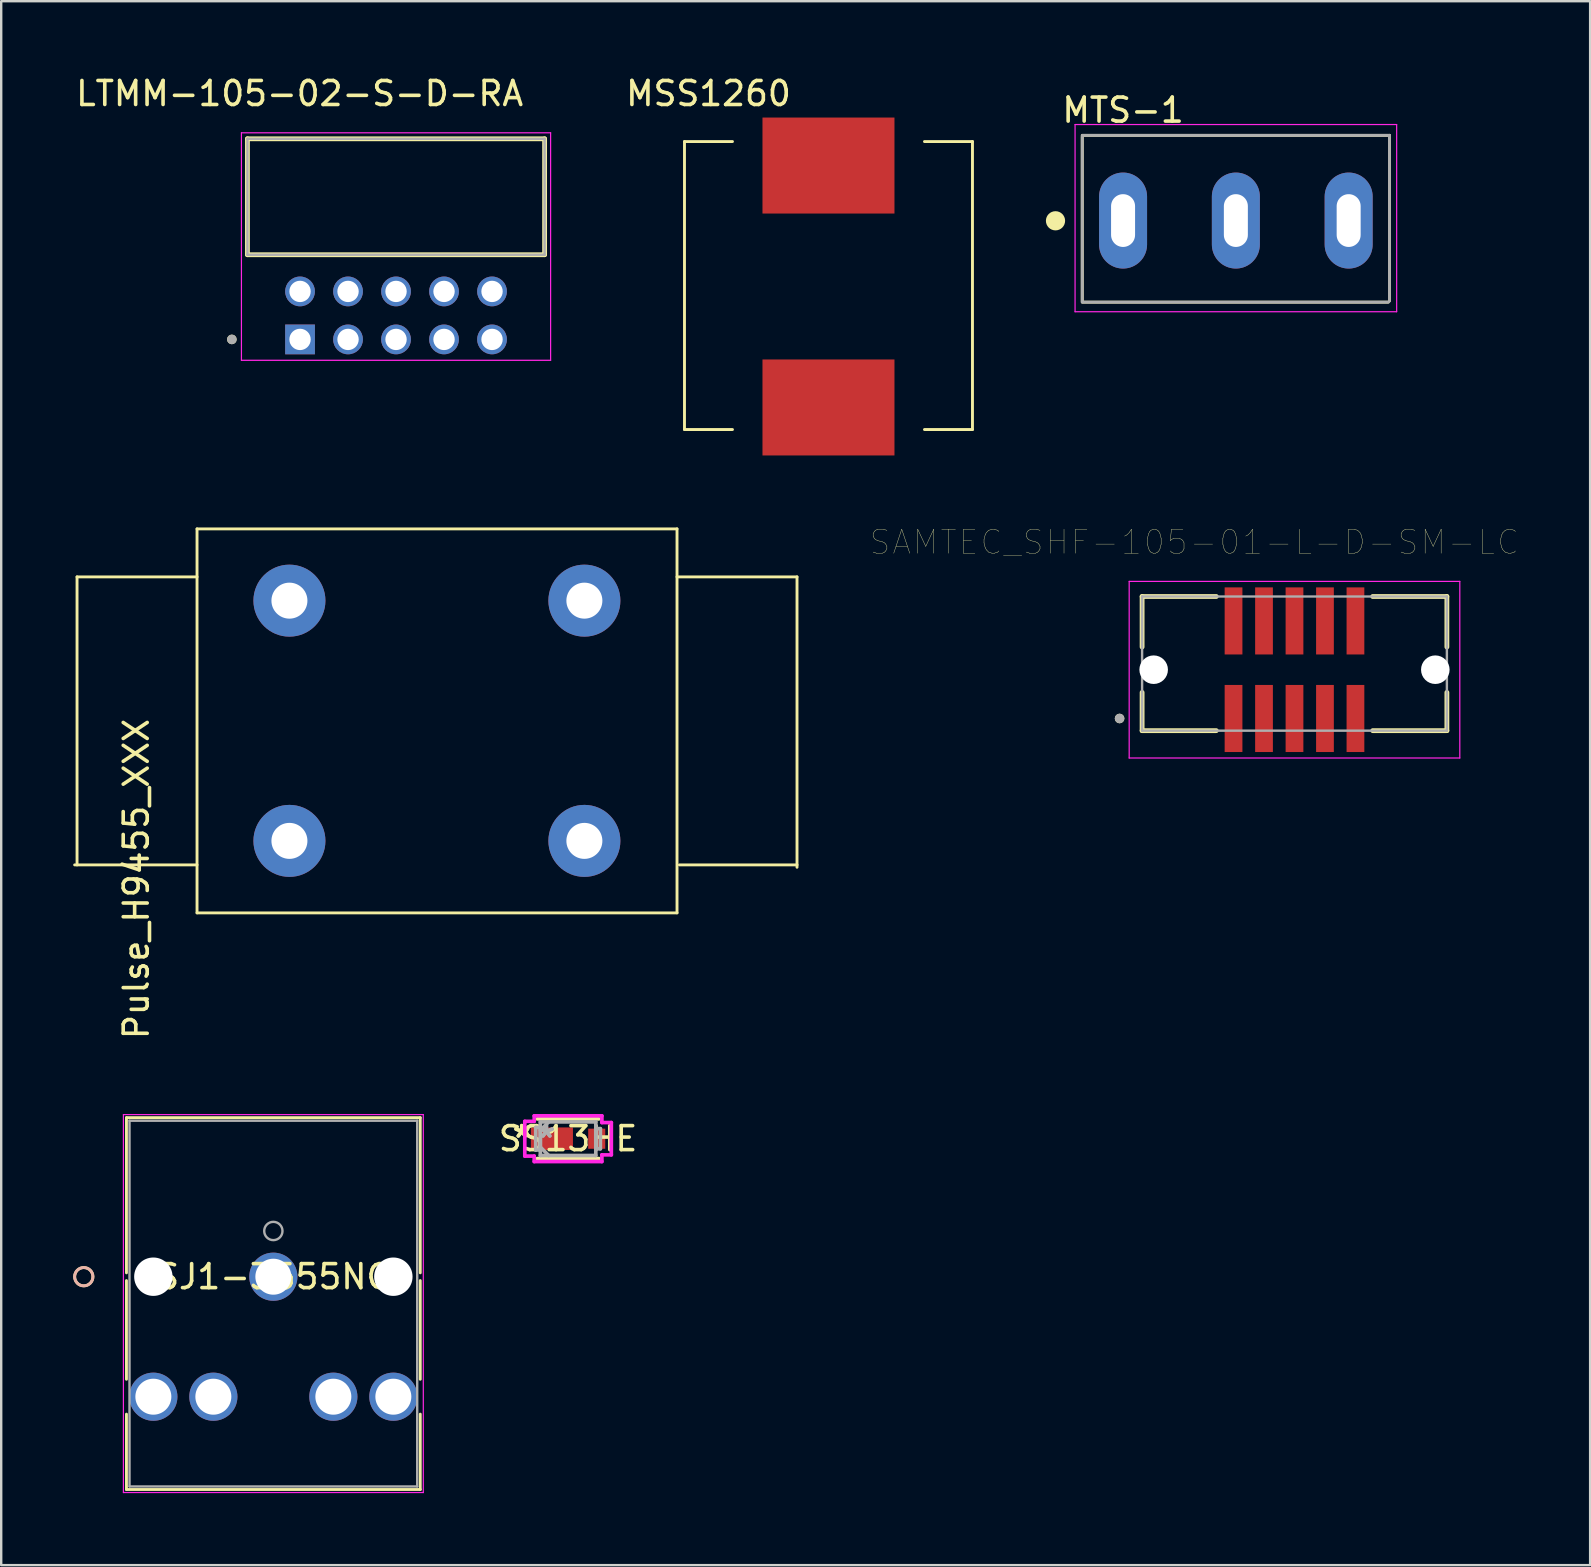
<source format=kicad_pcb>
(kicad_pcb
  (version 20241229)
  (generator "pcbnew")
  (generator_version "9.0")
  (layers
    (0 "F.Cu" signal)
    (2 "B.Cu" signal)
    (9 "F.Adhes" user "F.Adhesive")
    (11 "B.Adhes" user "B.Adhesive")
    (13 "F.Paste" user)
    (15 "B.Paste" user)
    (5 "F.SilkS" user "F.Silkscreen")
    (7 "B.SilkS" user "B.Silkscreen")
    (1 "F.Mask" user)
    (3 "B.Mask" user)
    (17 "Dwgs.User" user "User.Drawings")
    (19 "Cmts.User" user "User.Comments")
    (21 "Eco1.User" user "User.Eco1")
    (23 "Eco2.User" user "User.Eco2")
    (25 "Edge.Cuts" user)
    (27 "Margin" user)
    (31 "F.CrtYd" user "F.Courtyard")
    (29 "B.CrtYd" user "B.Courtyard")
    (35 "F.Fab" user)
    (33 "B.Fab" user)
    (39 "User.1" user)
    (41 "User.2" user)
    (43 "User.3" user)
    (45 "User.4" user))
  (footprint "SS13HE"
    (layer "F.Cu")
    (at 20.62 44.398)
    (property "Reference" "SS13HE" (at 0 0 0) (layer "F.SilkS") (effects (font (size 1 1) (thickness 0.15))))
    (attr through_hole)
    (fp_line (start -1.283 0.826) (end 1.283 0.826) (stroke (width 0.152) (type solid)) (layer "F.SilkS"))
    (fp_line (start 1.283 -0.826) (end -1.283 -0.826) (stroke (width 0.152) (type solid)) (layer "F.SilkS"))
    (fp_line (start -1.803 -0.724) (end -1.41 -0.724) (stroke (width 0.152) (type solid)) (layer "F.CrtYd"))
    (fp_line (start -1.803 0.724) (end -1.803 -0.724) (stroke (width 0.152) (type solid)) (layer "F.CrtYd"))
    (fp_line (start -1.41 -0.953) (end 1.41 -0.953) (stroke (width 0.152) (type solid)) (layer "F.CrtYd"))
    (fp_line (start -1.41 -0.724) (end -1.41 -0.953) (stroke (width 0.152) (type solid)) (layer "F.CrtYd"))
    (fp_line (start -1.41 0.724) (end -1.803 0.724) (stroke (width 0.152) (type solid)) (layer "F.CrtYd"))
    (fp_line (start -1.41 0.953) (end -1.41 0.724) (stroke (width 0.152) (type solid)) (layer "F.CrtYd"))
    (fp_line (start 1.41 -0.953) (end 1.41 -0.673) (stroke (width 0.152) (type solid)) (layer "F.CrtYd"))
    (fp_line (start 1.41 -0.673) (end 1.803 -0.673) (stroke (width 0.152) (type solid)) (layer "F.CrtYd"))
    (fp_line (start 1.41 0.673) (end 1.41 0.953) (stroke (width 0.152) (type solid)) (layer "F.CrtYd"))
    (fp_line (start 1.41 0.953) (end -1.41 0.953) (stroke (width 0.152) (type solid)) (layer "F.CrtYd"))
    (fp_line (start 1.803 -0.673) (end 1.803 0.673) (stroke (width 0.152) (type solid)) (layer "F.CrtYd"))
    (fp_line (start 1.803 0.673) (end 1.41 0.673) (stroke (width 0.152) (type solid)) (layer "F.CrtYd"))
    (fp_line (start -1.346 -0.47) (end -1.346 0.47) (stroke (width 0.152) (type solid)) (layer "F.Fab"))
    (fp_line (start -1.346 0.47) (end -1.156 0.47) (stroke (width 0.152) (type solid)) (layer "F.Fab"))
    (fp_line (start -1.156 -0.699) (end -1.156 0.699) (stroke (width 0.152) (type solid)) (layer "F.Fab"))
    (fp_line (start -1.156 -0.47) (end -1.346 -0.47) (stroke (width 0.152) (type solid)) (layer "F.Fab"))
    (fp_line (start -1.156 -0.349) (end -0.806 -0.699) (stroke (width 0.152) (type solid)) (layer "F.Fab"))
    (fp_line (start -1.156 0.349) (end -0.806 0.699) (stroke (width 0.152) (type solid)) (layer "F.Fab"))
    (fp_line (start -1.156 0.47) (end -1.156 -0.47) (stroke (width 0.152) (type solid)) (layer "F.Fab"))
    (fp_line (start -1.156 0.699) (end 1.156 0.699) (stroke (width 0.152) (type solid)) (layer "F.Fab"))
    (fp_line (start 1.156 -0.699) (end -1.156 -0.699) (stroke (width 0.152) (type solid)) (layer "F.Fab"))
    (fp_line (start 1.156 -0.419) (end 1.156 0.419) (stroke (width 0.152) (type solid)) (layer "F.Fab"))
    (fp_line (start 1.156 0.419) (end 1.346 0.419) (stroke (width 0.152) (type solid)) (layer "F.Fab"))
    (fp_line (start 1.156 0.699) (end 1.156 -0.699) (stroke (width 0.152) (type solid)) (layer "F.Fab"))
    (fp_line (start 1.346 -0.419) (end 1.156 -0.419) (stroke (width 0.152) (type solid)) (layer "F.Fab"))
    (fp_line (start 1.346 0.419) (end 1.346 -0.419) (stroke (width 0.152) (type solid)) (layer "F.Fab"))
    (fp_text user "*" (at -1.93 0 0) (layer "F.SilkS") (effects (font (size 1 1) (thickness 0.15))))
    (fp_text user "*" (at -1.93 0 0) (layer "F.SilkS") (effects (font (size 1 1) (thickness 0.15))))
    (fp_text user "Copyright 2016 Accelerated Designs. All rights reserved." (at 0 0 0) (layer "Cmts.User") (effects (font (size 0.127 0.127) (thickness 0.002))))
    (fp_text user "*" (at -0.902 0 0) (layer "F.Fab") (effects (font (size 1 1) (thickness 0.15))))
    (fp_text user "*" (at -0.902 0 0) (layer "F.Fab") (effects (font (size 1 1) (thickness 0.15))))
    (pad "1" smd rect (at -0.673 0) (size 1.753 0.94) (layers "F.Cu" "F.Mask" "F.Paste"))
    (pad "2" smd rect (at 1.194 0) (size 0.711 0.838) (layers "F.Cu" "F.Mask" "F.Paste")))
  (footprint "LTMM-105-02-S-D-RA"
    (layer "F.Cu")
    (at 9.452 11.093)
    (property "Reference" "LTMM-105-02-S-D-RA" (at -0.017 -10.245 0) (layer "F.SilkS") (effects (font (size 1 1) (thickness 0.15))))
    (attr through_hole)
    (fp_line (start -2.192 -3.53) (end -2.192 -8.36) (stroke (width 0.2) (type solid)) (layer "F.SilkS"))
    (fp_line (start 10.191 -8.36) (end -2.192 -8.36) (stroke (width 0.2) (type solid)) (layer "F.SilkS"))
    (fp_line (start 10.191 -8.36) (end 10.191 -3.53) (stroke (width 0.2) (type solid)) (layer "F.SilkS"))
    (fp_line (start 10.191 -3.53) (end -2.192 -3.53) (stroke (width 0.2) (type solid)) (layer "F.SilkS"))
    (fp_circle (center -2.841 0) (end -2.741 0) (stroke (width 0.2) (type solid)) (fill no) (layer "F.SilkS"))
    (fp_line (start -2.442 -8.61) (end 10.441 -8.61) (stroke (width 0.05) (type solid)) (layer "F.CrtYd"))
    (fp_line (start -2.442 0.87) (end -2.442 -8.61) (stroke (width 0.05) (type solid)) (layer "F.CrtYd"))
    (fp_line (start 10.441 -8.61) (end 10.441 0.87) (stroke (width 0.05) (type solid)) (layer "F.CrtYd"))
    (fp_line (start 10.441 0.87) (end -2.442 0.87) (stroke (width 0.05) (type solid)) (layer "F.CrtYd"))
    (fp_line (start -2.192 -8.36) (end 10.191 -8.36) (stroke (width 0.1) (type solid)) (layer "F.Fab"))
    (fp_line (start -2.192 -3.53) (end -2.192 -8.36) (stroke (width 0.1) (type solid)) (layer "F.Fab"))
    (fp_line (start 10.191 -8.36) (end 10.191 -3.53) (stroke (width 0.1) (type solid)) (layer "F.Fab"))
    (fp_line (start 10.191 -3.53) (end -2.192 -3.53) (stroke (width 0.1) (type solid)) (layer "F.Fab"))
    (fp_circle (center -2.841 0) (end -2.741 0) (stroke (width 0.2) (type solid)) (fill no) (layer "F.Fab"))
    (pad "01" thru_hole rect (at 0 0) (size 1.24 1.24) (drill 0.89) (layers "*.Cu" "*.Mask"))
    (pad "02" thru_hole circle (at 0 -2) (size 1.24 1.24) (drill 0.89) (layers "*.Cu" "*.Mask"))
    (pad "03" thru_hole circle (at 2 0) (size 1.24 1.24) (drill 0.89) (layers "*.Cu" "*.Mask"))
    (pad "04" thru_hole circle (at 2 -2) (size 1.24 1.24) (drill 0.89) (layers "*.Cu" "*.Mask"))
    (pad "05" thru_hole circle (at 4 0) (size 1.24 1.24) (drill 0.89) (layers "*.Cu" "*.Mask"))
    (pad "06" thru_hole circle (at 4 -2) (size 1.24 1.24) (drill 0.89) (layers "*.Cu" "*.Mask"))
    (pad "07" thru_hole circle (at 6 0) (size 1.24 1.24) (drill 0.89) (layers "*.Cu" "*.Mask"))
    (pad "08" thru_hole circle (at 6 -2) (size 1.24 1.24) (drill 0.89) (layers "*.Cu" "*.Mask"))
    (pad "09" thru_hole circle (at 8 0) (size 1.24 1.24) (drill 0.89) (layers "*.Cu" "*.Mask"))
    (pad "10" thru_hole circle (at 8 -2) (size 1.24 1.24) (drill 0.89) (layers "*.Cu" "*.Mask")))
  (footprint "MSS1260"
    (layer "F.Cu")
    (at 31.471 8.848)
    (property "Reference" "MSS1260" (at -5 -8 0) (layer "F.SilkS") (effects (font (size 1 1) (thickness 0.15))))
    (attr smd)
    (fp_line (start -6 -6) (end -6 6) (stroke (width 0.12) (type solid)) (layer "F.SilkS"))
    (fp_line (start -6 6) (end -4 6) (stroke (width 0.12) (type solid)) (layer "F.SilkS"))
    (fp_line (start -4 -6) (end -6 -6) (stroke (width 0.12) (type solid)) (layer "F.SilkS"))
    (fp_line (start 4 -6) (end 6 -6) (stroke (width 0.12) (type solid)) (layer "F.SilkS"))
    (fp_line (start 6 -6) (end 6 6) (stroke (width 0.12) (type solid)) (layer "F.SilkS"))
    (fp_line (start 6 6) (end 4 6) (stroke (width 0.12) (type solid)) (layer "F.SilkS"))
    (pad "1" smd rect (at 0 -5) (size 5.5 4) (layers "F.Cu" "F.Mask" "F.Paste"))
    (pad "2" smd rect (at 0 5.08) (size 5.5 4) (layers "F.Cu" "F.Mask" "F.Paste")))
  (footprint "SJ1-3555NG"
    (layer "F.Cu")
    (at 8.34 50.148)
    (property "Reference" "SJ1-3555NG" (at 0 0 0) (layer "F.SilkS") (effects (font (size 1 1) (thickness 0.15))))
    (attr through_hole)
    (fp_line (start -6.121 -6.627) (end -6.121 -0.161) (stroke (width 0.12) (type solid)) (layer "F.SilkS"))
    (fp_line (start -6.121 0.161) (end -6.121 4.274) (stroke (width 0.12) (type solid)) (layer "F.SilkS"))
    (fp_line (start -6.121 5.726) (end -6.121 8.867) (stroke (width 0.12) (type solid)) (layer "F.SilkS"))
    (fp_line (start -6.121 8.867) (end 6.121 8.867) (stroke (width 0.12) (type solid)) (layer "F.SilkS"))
    (fp_line (start 6.121 -6.627) (end -6.121 -6.627) (stroke (width 0.12) (type solid)) (layer "F.SilkS"))
    (fp_line (start 6.121 -0.161) (end 6.121 -6.627) (stroke (width 0.12) (type solid)) (layer "F.SilkS"))
    (fp_line (start 6.121 4.274) (end 6.121 0.161) (stroke (width 0.12) (type solid)) (layer "F.SilkS"))
    (fp_line (start 6.121 8.867) (end 6.121 5.726) (stroke (width 0.12) (type solid)) (layer "F.SilkS"))
    (fp_circle (center -7.899 0) (end -7.518 0) (stroke (width 0.12) (type solid)) (fill no) (layer "F.SilkS"))
    (fp_circle (center -7.899 0) (end -7.518 0) (stroke (width 0.12) (type solid)) (fill no) (layer "B.SilkS"))
    (fp_line (start -6.248 -6.754) (end -6.248 8.994) (stroke (width 0.05) (type solid)) (layer "F.CrtYd"))
    (fp_line (start -6.248 8.994) (end 6.248 8.994) (stroke (width 0.05) (type solid)) (layer "F.CrtYd"))
    (fp_line (start 6.248 -6.754) (end -6.248 -6.754) (stroke (width 0.05) (type solid)) (layer "F.CrtYd"))
    (fp_line (start 6.248 8.994) (end 6.248 -6.754) (stroke (width 0.05) (type solid)) (layer "F.CrtYd"))
    (fp_line (start -5.994 -6.5) (end -5.994 8.74) (stroke (width 0.1) (type solid)) (layer "F.Fab"))
    (fp_line (start -5.994 8.74) (end 5.994 8.74) (stroke (width 0.1) (type solid)) (layer "F.Fab"))
    (fp_line (start 5.994 -6.5) (end -5.994 -6.5) (stroke (width 0.1) (type solid)) (layer "F.Fab"))
    (fp_line (start 5.994 8.74) (end 5.994 -6.5) (stroke (width 0.1) (type solid)) (layer "F.Fab"))
    (fp_circle (center 0 -1.905) (end 0.381 -1.905) (stroke (width 0.1) (type solid)) (fill no) (layer "F.Fab"))
    (fp_text user "*" (at 0 0 0) (layer "F.SilkS") (effects (font (size 1 1) (thickness 0.15))))
    (fp_text user "Copyright 2021 Accelerated Designs. All rights reserved." (at 0 0 0) (layer "Cmts.User") (effects (font (size 0.127 0.127) (thickness 0.002))))
    (fp_text user "*" (at 0 0 0) (layer "F.Fab") (effects (font (size 1 1) (thickness 0.15))))
    (pad "" np_thru_hole circle (at -5 0) (size 1.6 1.6) (drill 1.6) (layers "*.Cu" "*.Mask"))
    (pad "" np_thru_hole circle (at 5 0) (size 1.6 1.6) (drill 1.6) (layers "*.Cu" "*.Mask"))
    (pad "1" thru_hole circle (at 0 0) (size 2.007 2.007) (drill 1.499) (layers "*.Cu" "*.Mask"))
    (pad "2" thru_hole circle (at -5 5) (size 2.007 2.007) (drill 1.499) (layers "*.Cu" "*.Mask"))
    (pad "3" thru_hole circle (at 5 5) (size 2.007 2.007) (drill 1.499) (layers "*.Cu" "*.Mask"))
    (pad "4" thru_hole circle (at -2.5 5) (size 2.007 2.007) (drill 1.499) (layers "*.Cu" "*.Mask"))
    (pad "5" thru_hole circle (at 2.5 5) (size 2.007 2.007) (drill 1.499) (layers "*.Cu" "*.Mask")))
  (footprint "Pulse_H9455_XXX"
    (layer "F.Cu")
    (at 15.16 26.988)
    (property "Reference" "Pulse_H9455_XXX" (at -12.531 6.589 90) (layer "F.SilkS") (effects (font (size 1 1) (thickness 0.15))))
    (attr through_hole)
    (fp_line (start -15.1 6) (end -10 6) (stroke (width 0.12) (type solid)) (layer "F.SilkS"))
    (fp_line (start -15 -6) (end -15 6) (stroke (width 0.12) (type solid)) (layer "F.SilkS"))
    (fp_line (start -10 -8) (end -10 8) (stroke (width 0.12) (type solid)) (layer "F.SilkS"))
    (fp_line (start -10 -6) (end -15 -6) (stroke (width 0.12) (type solid)) (layer "F.SilkS"))
    (fp_line (start -10 8) (end 10 8) (stroke (width 0.12) (type solid)) (layer "F.SilkS"))
    (fp_line (start 10 -8) (end -10 -8) (stroke (width 0.12) (type solid)) (layer "F.SilkS"))
    (fp_line (start 10 -6) (end 15 -6) (stroke (width 0.12) (type solid)) (layer "F.SilkS"))
    (fp_line (start 10 8) (end 10 -8) (stroke (width 0.12) (type solid)) (layer "F.SilkS"))
    (fp_line (start 15 -6) (end 15 6.1) (stroke (width 0.12) (type solid)) (layer "F.SilkS"))
    (fp_line (start 15 6) (end 10.1 6) (stroke (width 0.12) (type solid)) (layer "F.SilkS"))
    (pad "1" thru_hole circle (at -6.15 -5.01) (size 3 3) (drill 1.5) (layers "*.Cu" "*.Mask"))
    (pad "2" thru_hole circle (at 6.14 -5.01) (size 3 3) (drill 1.5) (layers "*.Cu" "*.Mask"))
    (pad "3" thru_hole circle (at 6.14 5) (size 3 3) (drill 1.5) (layers "*.Cu" "*.Mask"))
    (pad "4" thru_hole circle (at -6.15 5) (size 3 3) (drill 1.5) (layers "*.Cu" "*.Mask")))
  (footprint "SAMTEC_SHF-105-01-L-D-SM-LC"
    (layer "F.Cu")
    (at 48.349 26.888)
    (property "Reference" "SAMTEC_SHF-105-01-L-D-SM-LC" (at -1.635 -7.348 0) (layer "F.SilkS") (effects (font (size 1 1) (thickness 0.015))))
    (attr through_hole)
    (fp_line (start -3.81 -5.083) (end -3.81 -2.979) (stroke (width 0.2) (type solid)) (layer "F.SilkS"))
    (fp_line (start -3.81 -5.083) (end -0.72 -5.083) (stroke (width 0.2) (type solid)) (layer "F.SilkS"))
    (fp_line (start -3.81 -1.086) (end -3.81 0.507) (stroke (width 0.2) (type solid)) (layer "F.SilkS"))
    (fp_line (start -0.72 0.507) (end -3.81 0.507) (stroke (width 0.2) (type solid)) (layer "F.SilkS"))
    (fp_line (start 5.8 -5.083) (end 8.89 -5.083) (stroke (width 0.2) (type solid)) (layer "F.SilkS"))
    (fp_line (start 5.8 0.507) (end 8.89 0.507) (stroke (width 0.2) (type solid)) (layer "F.SilkS"))
    (fp_line (start 8.89 -2.979) (end 8.89 -5.083) (stroke (width 0.2) (type solid)) (layer "F.SilkS"))
    (fp_line (start 8.89 0.507) (end 8.89 -1.086) (stroke (width 0.2) (type solid)) (layer "F.SilkS"))
    (fp_circle (center -4.748 0) (end -4.648 0) (stroke (width 0.2) (type solid)) (fill no) (layer "F.SilkS"))
    (fp_line (start -4.348 -5.713) (end 9.428 -5.713) (stroke (width 0.05) (type solid)) (layer "F.CrtYd"))
    (fp_line (start -4.348 1.647) (end -4.348 -5.713) (stroke (width 0.05) (type solid)) (layer "F.CrtYd"))
    (fp_line (start 9.428 -5.713) (end 9.428 1.647) (stroke (width 0.05) (type solid)) (layer "F.CrtYd"))
    (fp_line (start 9.428 1.647) (end -4.348 1.647) (stroke (width 0.05) (type solid)) (layer "F.CrtYd"))
    (fp_line (start -3.81 -5.083) (end 8.89 -5.083) (stroke (width 0.1) (type solid)) (layer "F.Fab"))
    (fp_line (start -3.81 0.507) (end -3.81 -5.083) (stroke (width 0.1) (type solid)) (layer "F.Fab"))
    (fp_line (start 8.89 -5.083) (end 8.89 0.507) (stroke (width 0.1) (type solid)) (layer "F.Fab"))
    (fp_line (start 8.89 0.507) (end -3.81 0.507) (stroke (width 0.1) (type solid)) (layer "F.Fab"))
    (fp_circle (center -4.748 0) (end -4.648 0) (stroke (width 0.2) (type solid)) (fill no) (layer "F.Fab"))
    (pad "" np_thru_hole circle (at -3.328 -2.033) (size 1.19 1.19) (drill 1.19) (layers "*.Cu" "*.Mask"))
    (pad "" np_thru_hole circle (at 8.408 -2.033) (size 1.19 1.19) (drill 1.19) (layers "*.Cu" "*.Mask"))
    (pad "01" smd rect (at 0 0) (size 0.74 2.795) (layers "F.Cu" "F.Mask" "F.Paste"))
    (pad "02" smd rect (at 0 -4.065) (size 0.74 2.795) (layers "F.Cu" "F.Mask" "F.Paste"))
    (pad "03" smd rect (at 1.27 0) (size 0.74 2.795) (layers "F.Cu" "F.Mask" "F.Paste"))
    (pad "04" smd rect (at 1.27 -4.065) (size 0.74 2.795) (layers "F.Cu" "F.Mask" "F.Paste"))
    (pad "05" smd rect (at 2.54 0) (size 0.74 2.795) (layers "F.Cu" "F.Mask" "F.Paste"))
    (pad "06" smd rect (at 2.54 -4.065) (size 0.74 2.795) (layers "F.Cu" "F.Mask" "F.Paste"))
    (pad "07" smd rect (at 3.81 0) (size 0.74 2.795) (layers "F.Cu" "F.Mask" "F.Paste"))
    (pad "08" smd rect (at 3.81 -4.065) (size 0.74 2.795) (layers "F.Cu" "F.Mask" "F.Paste"))
    (pad "09" smd rect (at 5.08 0) (size 0.74 2.795) (layers "F.Cu" "F.Mask" "F.Paste"))
    (pad "10" smd rect (at 5.08 -4.065) (size 0.74 2.795) (layers "F.Cu" "F.Mask" "F.Paste")))
  (footprint "MTS-1"
    (layer "F.Cu")
    (at 43.746 6.14)
    (property "Reference" "MTS-1" (at 0 -4.6 0) (layer "F.SilkS") (effects (font (size 1.001 1.001) (thickness 0.15))))
    (attr through_hole)
    (fp_line (start -1.7 -3.55) (end 11.1 -3.55) (stroke (width 0.12) (type default)) (layer "F.SilkS"))
    (fp_line (start -1.7 -3.5) (end -1.7 3.4) (stroke (width 0.12) (type default)) (layer "F.SilkS"))
    (fp_line (start -1.65 3.4) (end 11.05 3.4) (stroke (width 0.12) (type default)) (layer "F.SilkS"))
    (fp_line (start 11.1 -3.55) (end 11.1 3.35) (stroke (width 0.12) (type default)) (layer "F.SilkS"))
    (fp_circle (center -2.815 0.01) (end -2.615 0.01) (stroke (width 0.4) (type solid)) (fill no) (layer "F.SilkS"))
    (fp_line (start -2 -4) (end -2 3.8) (stroke (width 0.05) (type default)) (layer "F.CrtYd"))
    (fp_line (start -2 -4) (end 11.4 -4) (stroke (width 0.05) (type default)) (layer "F.CrtYd"))
    (fp_line (start -2 3.8) (end 11.4 3.8) (stroke (width 0.05) (type default)) (layer "F.CrtYd"))
    (fp_line (start 11.4 3.8) (end 11.4 -4) (stroke (width 0.05) (type default)) (layer "F.CrtYd"))
    (fp_line (start -1.7 -3.55) (end 11.1 -3.55) (stroke (width 0.12) (type default)) (layer "F.Fab"))
    (fp_line (start -1.7 -3.5) (end -1.7 3.4) (stroke (width 0.12) (type default)) (layer "F.Fab"))
    (fp_line (start -1.65 3.4) (end 11.05 3.4) (stroke (width 0.12) (type default)) (layer "F.Fab"))
    (fp_line (start 11.1 -3.55) (end 11.1 3.35) (stroke (width 0.12) (type default)) (layer "F.Fab"))
    (fp_arc (start 0.400581 -4.299419) (mid 4.7 -6.080297) (end 8.999419 -4.299419) (stroke (width 0.12) (type default)) (layer "User.1"))
    (fp_arc (start 8.950294 4.250294) (mid 4.7 6.010823) (end 0.449706 4.250294) (stroke (width 0.12) (type default)) (layer "User.1"))
    (pad "1" thru_hole oval (at 0 0) (size 2 4) (drill oval 1 2.2) (layers "*.Cu" "*.Mask"))
    (pad "2" thru_hole oval (at 4.7 0 90) (size 4 2) (drill oval 2.2 1) (layers "*.Cu" "*.Mask"))
    (pad "3" thru_hole oval (at 9.4 0) (size 2 4) (drill oval 1 2.2) (layers "*.Cu" "*.Mask")))
  (gr_rect
    (start -3 -3)
    (end 63.208 62.167)
    (stroke (width 0.1) (type default))
    (fill no)
    (layer "Edge.Cuts")))
</source>
